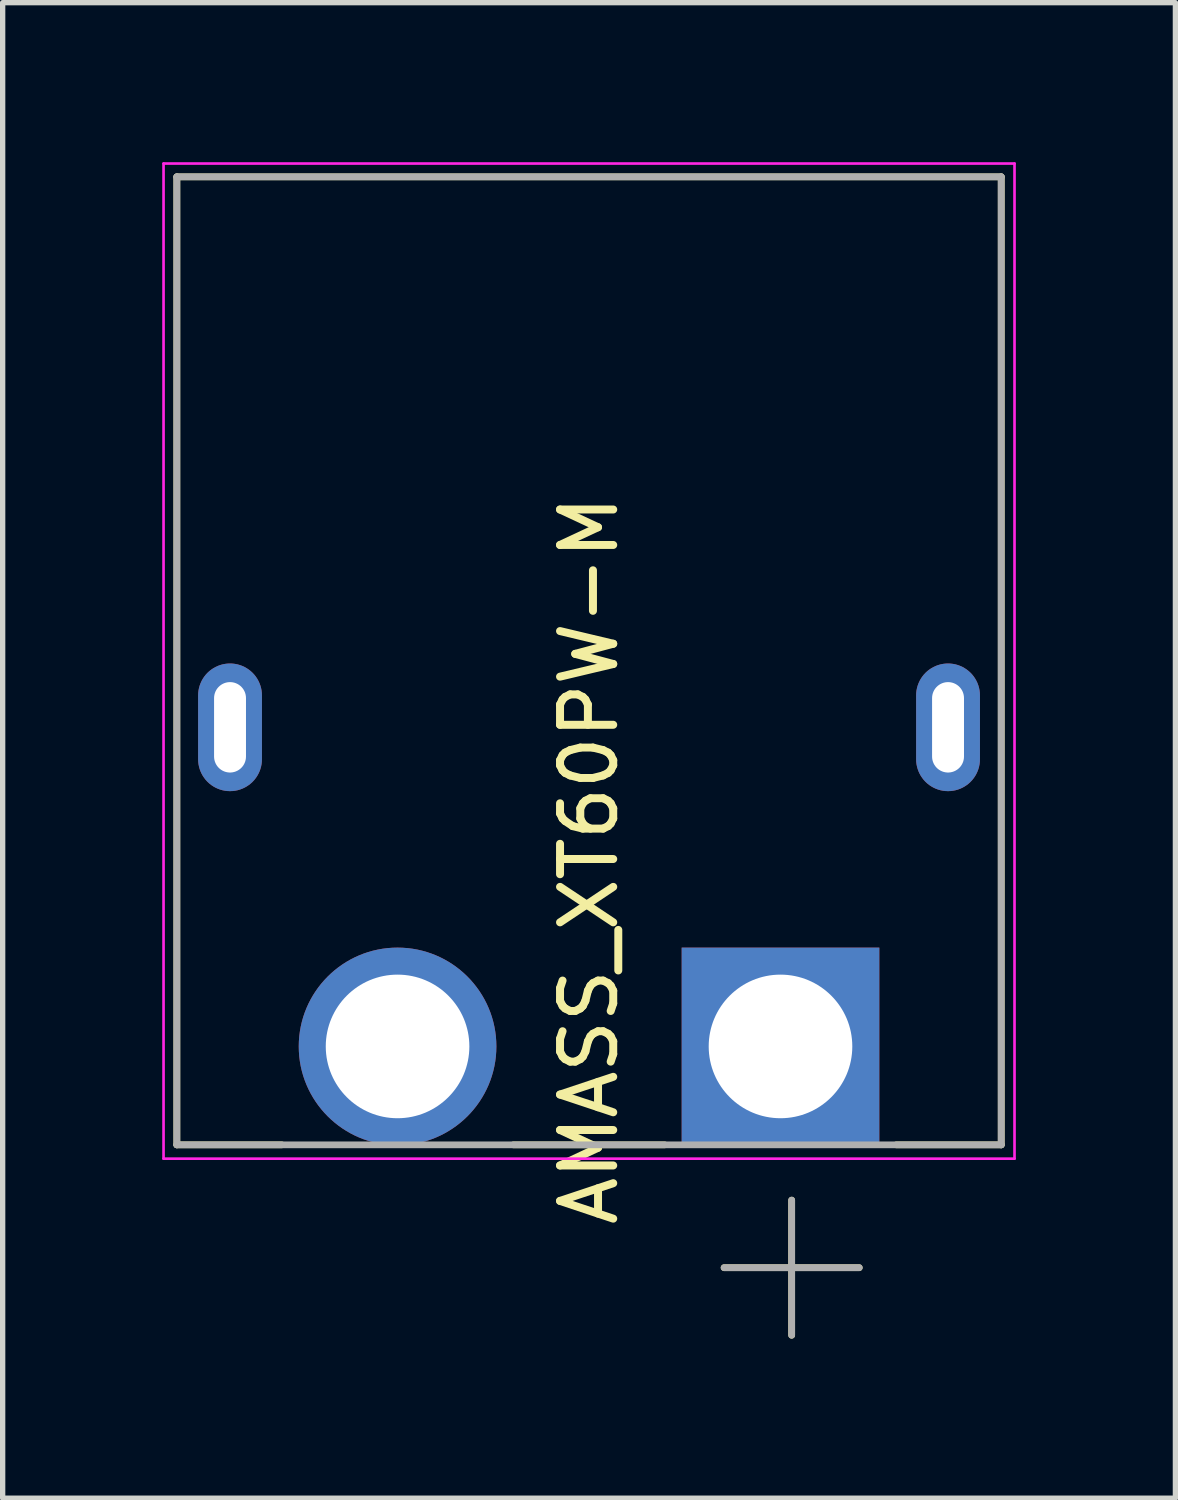
<source format=kicad_pcb>
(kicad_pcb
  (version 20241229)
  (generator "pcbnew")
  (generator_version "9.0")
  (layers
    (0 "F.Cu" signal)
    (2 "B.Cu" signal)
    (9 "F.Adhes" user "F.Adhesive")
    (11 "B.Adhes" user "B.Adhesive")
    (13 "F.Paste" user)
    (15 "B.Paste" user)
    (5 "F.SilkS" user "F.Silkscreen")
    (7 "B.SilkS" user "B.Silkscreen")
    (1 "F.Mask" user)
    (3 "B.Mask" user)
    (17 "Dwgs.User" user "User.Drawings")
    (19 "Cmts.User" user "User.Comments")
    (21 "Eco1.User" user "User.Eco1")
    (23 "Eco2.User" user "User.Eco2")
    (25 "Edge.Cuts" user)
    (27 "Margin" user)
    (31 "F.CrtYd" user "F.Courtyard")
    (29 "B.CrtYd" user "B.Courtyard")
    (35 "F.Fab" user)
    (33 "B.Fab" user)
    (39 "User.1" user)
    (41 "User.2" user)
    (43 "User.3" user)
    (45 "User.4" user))
  (footprint "AMASS_XT60PW-M"
    (layer "F.Cu")
    (at 8.025 10.625)
    (property "Reference" "AMASS_XT60PW-M" (at 0 2.5 90) (layer "F.SilkS") (effects (font (size 1 1) (thickness 0.15))))
    (attr through_hole)
    (fp_line (start -7.75 -10.35) (end -7.75 7.85) (stroke (width 0.127) (type solid)) (layer "F.SilkS"))
    (fp_line (start -7.75 7.85) (end -5.778 7.85) (stroke (width 0.127) (type solid)) (layer "F.SilkS"))
    (fp_line (start -1.422 7.85) (end 1.422 7.85) (stroke (width 0.127) (type solid)) (layer "F.SilkS"))
    (fp_line (start 2.54 10.16) (end 3.81 10.16) (stroke (width 0.127) (type solid)) (layer "F.SilkS"))
    (fp_line (start 3.81 10.16) (end 3.81 8.89) (stroke (width 0.127) (type solid)) (layer "F.SilkS"))
    (fp_line (start 3.81 10.16) (end 3.81 11.43) (stroke (width 0.127) (type solid)) (layer "F.SilkS"))
    (fp_line (start 5.08 10.16) (end 3.81 10.16) (stroke (width 0.127) (type solid)) (layer "F.SilkS"))
    (fp_line (start 7.75 -10.35) (end -7.75 -10.35) (stroke (width 0.127) (type solid)) (layer "F.SilkS"))
    (fp_line (start 7.75 7.85) (end 5.778 7.85) (stroke (width 0.127) (type solid)) (layer "F.SilkS"))
    (fp_line (start 7.75 7.85) (end 7.75 -10.35) (stroke (width 0.127) (type solid)) (layer "F.SilkS"))
    (fp_line (start -8 -10.6) (end -8 8.11) (stroke (width 0.05) (type solid)) (layer "F.CrtYd"))
    (fp_line (start -8 8.11) (end 8 8.11) (stroke (width 0.05) (type solid)) (layer "F.CrtYd"))
    (fp_line (start 8 -10.6) (end -8 -10.6) (stroke (width 0.05) (type solid)) (layer "F.CrtYd"))
    (fp_line (start 8 8.11) (end 8 -10.6) (stroke (width 0.05) (type solid)) (layer "F.CrtYd"))
    (fp_line (start -7.75 -10.35) (end -7.75 7.85) (stroke (width 0.127) (type solid)) (layer "F.Fab"))
    (fp_line (start -7.75 7.85) (end 7.75 7.85) (stroke (width 0.127) (type solid)) (layer "F.Fab"))
    (fp_line (start 2.54 10.16) (end 3.81 10.16) (stroke (width 0.127) (type solid)) (layer "F.Fab"))
    (fp_line (start 3.81 10.16) (end 3.81 8.89) (stroke (width 0.127) (type solid)) (layer "F.Fab"))
    (fp_line (start 3.81 10.16) (end 3.81 11.43) (stroke (width 0.127) (type solid)) (layer "F.Fab"))
    (fp_line (start 5.08 10.16) (end 3.81 10.16) (stroke (width 0.127) (type solid)) (layer "F.Fab"))
    (fp_line (start 7.75 -10.35) (end -7.75 -10.35) (stroke (width 0.127) (type solid)) (layer "F.Fab"))
    (fp_line (start 7.75 7.85) (end 7.75 -10.35) (stroke (width 0.127) (type solid)) (layer "F.Fab"))
    (pad "1" thru_hole rect (at 3.6 6) (size 3.716 3.716) (drill 2.7) (layers "*.Cu" "*.Mask"))
    (pad "2" thru_hole circle (at -3.6 6) (size 3.716 3.716) (drill 2.7) (layers "*.Cu" "*.Mask"))
    (pad "S1" thru_hole oval (at 6.75 0) (size 1.2 2.4) (drill oval 0.6 1.7) (layers "*.Cu" "*.Mask"))
    (pad "S2" thru_hole oval (at -6.75 0) (size 1.2 2.4) (drill oval 0.6 1.7) (layers "*.Cu" "*.Mask")))
  (gr_rect
    (start -3 -3)
    (end 19.05 25.119)
    (stroke (width 0.1) (type default))
    (fill no)
    (layer "Edge.Cuts")))
</source>
